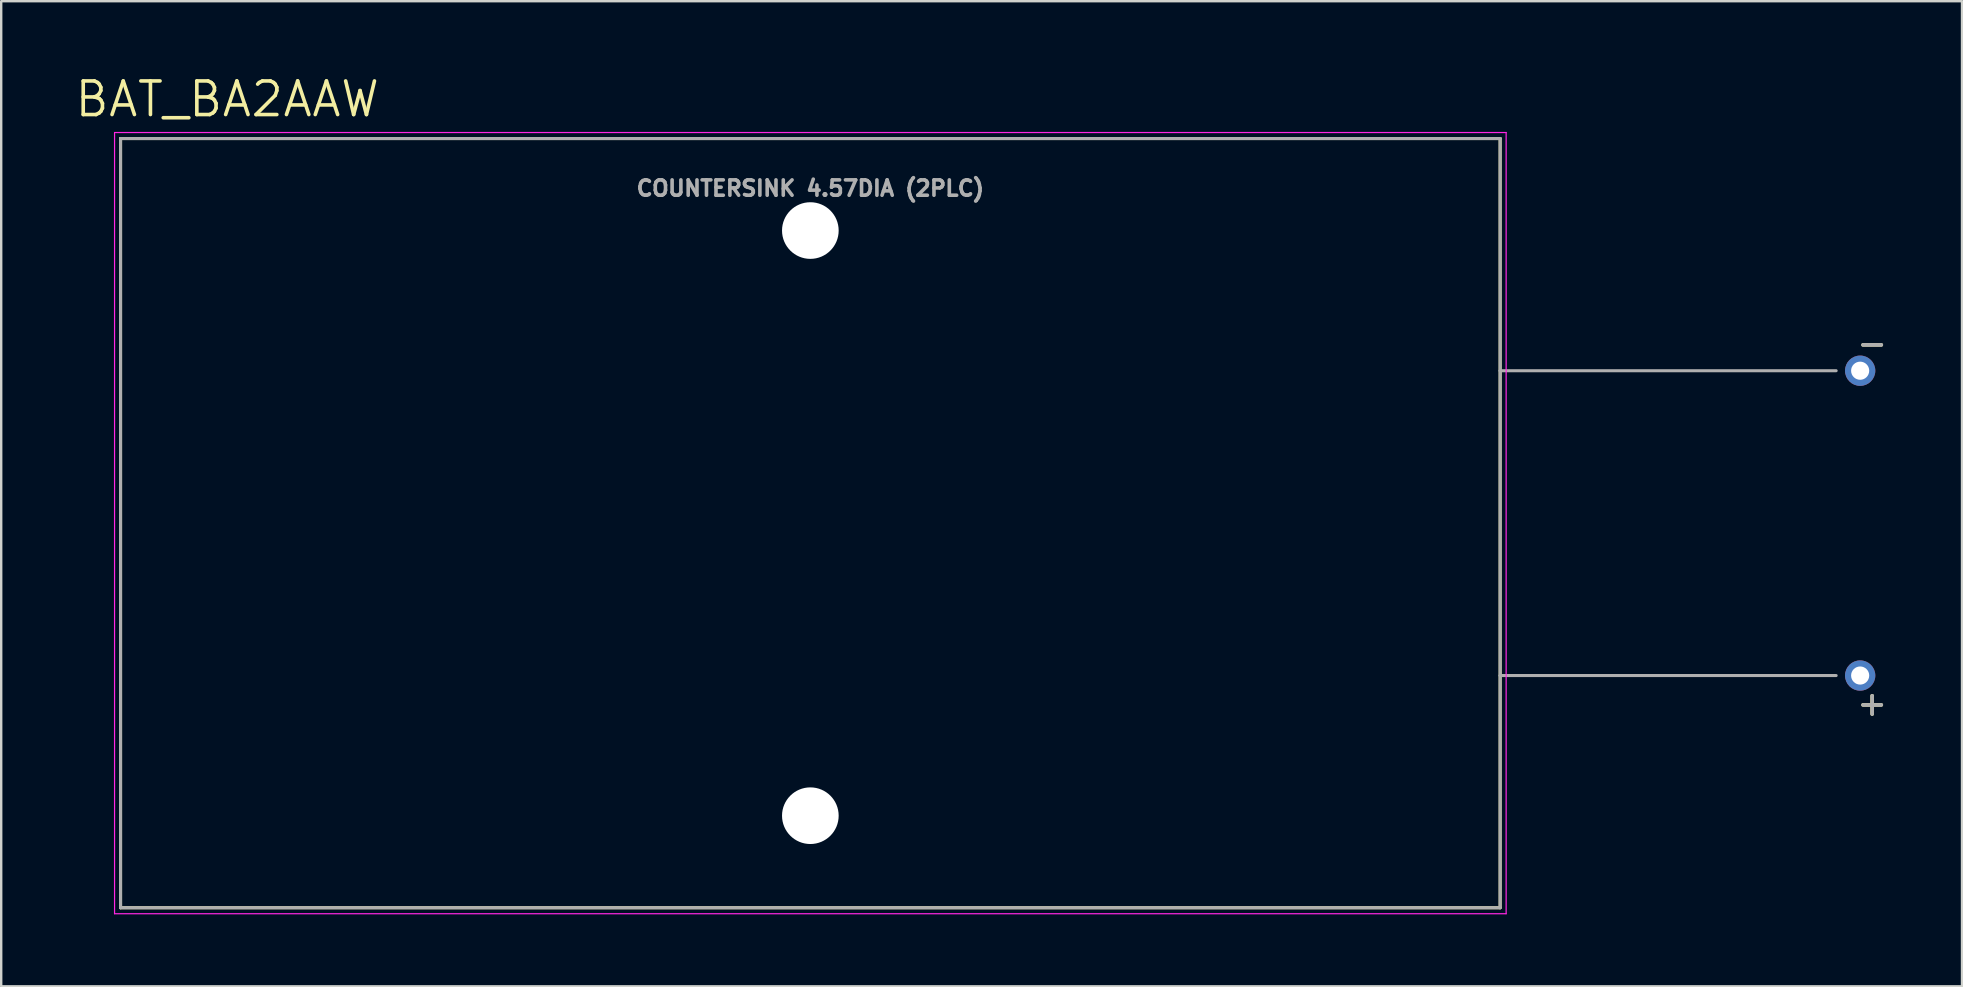
<source format=kicad_pcb>
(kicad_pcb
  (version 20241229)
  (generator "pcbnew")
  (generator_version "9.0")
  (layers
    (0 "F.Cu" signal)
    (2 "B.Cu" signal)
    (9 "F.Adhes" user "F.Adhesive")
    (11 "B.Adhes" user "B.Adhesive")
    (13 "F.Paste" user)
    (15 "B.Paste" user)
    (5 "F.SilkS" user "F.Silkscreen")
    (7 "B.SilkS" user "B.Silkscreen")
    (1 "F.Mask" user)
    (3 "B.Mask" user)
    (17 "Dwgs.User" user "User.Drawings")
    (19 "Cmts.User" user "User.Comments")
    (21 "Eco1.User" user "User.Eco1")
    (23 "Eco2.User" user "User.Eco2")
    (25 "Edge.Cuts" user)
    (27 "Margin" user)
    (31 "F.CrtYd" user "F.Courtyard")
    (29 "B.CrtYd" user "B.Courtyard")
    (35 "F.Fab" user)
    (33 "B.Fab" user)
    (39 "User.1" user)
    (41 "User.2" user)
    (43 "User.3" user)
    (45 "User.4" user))
  (footprint "BAT_BA2AAW"
    (layer "F.Cu")
    (at 30.713 18.746)
    (property "Reference" "BAT_BA2AAW" (at -24.295 -17.664 0) (layer "F.SilkS") (effects (font (size 1.4 1.4) (thickness 0.15))))
    (attr through_hole)
    (fp_line (start -28.74 -16.025) (end -28.74 16.025) (stroke (width 0.127) (type solid)) (layer "F.SilkS"))
    (fp_line (start -28.74 -16.025) (end 28.74 -16.025) (stroke (width 0.127) (type solid)) (layer "F.SilkS"))
    (fp_line (start -28.74 16.025) (end 28.74 16.025) (stroke (width 0.127) (type solid)) (layer "F.SilkS"))
    (fp_line (start 28.74 16.025) (end 28.74 -16.025) (stroke (width 0.127) (type solid)) (layer "F.SilkS"))
    (fp_line (start -28.99 -16.275) (end -28.99 16.275) (stroke (width 0.05) (type solid)) (layer "F.CrtYd"))
    (fp_line (start -28.99 16.275) (end 28.99 16.275) (stroke (width 0.05) (type solid)) (layer "F.CrtYd"))
    (fp_line (start 28.99 -16.275) (end -28.99 -16.275) (stroke (width 0.05) (type solid)) (layer "F.CrtYd"))
    (fp_line (start 28.99 16.275) (end 28.99 -16.275) (stroke (width 0.05) (type solid)) (layer "F.CrtYd"))
    (fp_line (start -28.74 -16.025) (end 28.74 -16.025) (stroke (width 0.127) (type solid)) (layer "F.Fab"))
    (fp_line (start -28.74 16.025) (end -28.74 -16.025) (stroke (width 0.127) (type solid)) (layer "F.Fab"))
    (fp_line (start 28.74 -16.025) (end 28.74 -6.35) (stroke (width 0.127) (type solid)) (layer "F.Fab"))
    (fp_line (start 28.74 -6.35) (end 28.74 6.35) (stroke (width 0.127) (type solid)) (layer "F.Fab"))
    (fp_line (start 28.74 -6.35) (end 42.74 -6.35) (stroke (width 0.127) (type solid)) (layer "F.Fab"))
    (fp_line (start 28.74 6.35) (end 28.74 16.025) (stroke (width 0.127) (type solid)) (layer "F.Fab"))
    (fp_line (start 28.74 6.35) (end 42.74 6.35) (stroke (width 0.127) (type solid)) (layer "F.Fab"))
    (fp_line (start 28.74 16.025) (end -28.74 16.025) (stroke (width 0.127) (type solid)) (layer "F.Fab"))
    (fp_text user "+" (at 44.24 7.5 0) (layer "F.SilkS") (effects (font (size 1 1) (thickness 0.15))))
    (fp_text user "-" (at 44.24 -7.5 0) (layer "F.SilkS") (effects (font (size 1 1) (thickness 0.15))))
    (fp_text user "+" (at 44.24 7.5 0) (layer "F.Fab") (effects (font (size 1 1) (thickness 0.15))))
    (fp_text user "-" (at 44.24 -7.5 0) (layer "F.Fab") (effects (font (size 1 1) (thickness 0.15))))
    (fp_text user "COUNTERSINK 4.57DIA (2PLC)" (at 0 -13.95 0) (layer "F.Fab") (effects (font (size 0.64 0.64) (thickness 0.15))))
    (pad "" np_thru_hole circle (at 0 -12.19) (size 2.36 2.36) (drill 2.36) (layers "*.Cu" "*.Mask"))
    (pad "" np_thru_hole circle (at 0 12.19) (size 2.36 2.36) (drill 2.36) (layers "*.Cu" "*.Mask"))
    (pad "+" thru_hole circle (at 43.74 6.35) (size 1.263 1.263) (drill 0.755) (layers "*.Cu" "*.Mask"))
    (pad "-" thru_hole circle (at 43.74 -6.35) (size 1.263 1.263) (drill 0.755) (layers "*.Cu" "*.Mask")))
  (gr_rect
    (start -3 -3)
    (end 78.697 38.046)
    (stroke (width 0.1) (type default))
    (fill no)
    (layer "Edge.Cuts")))
</source>
